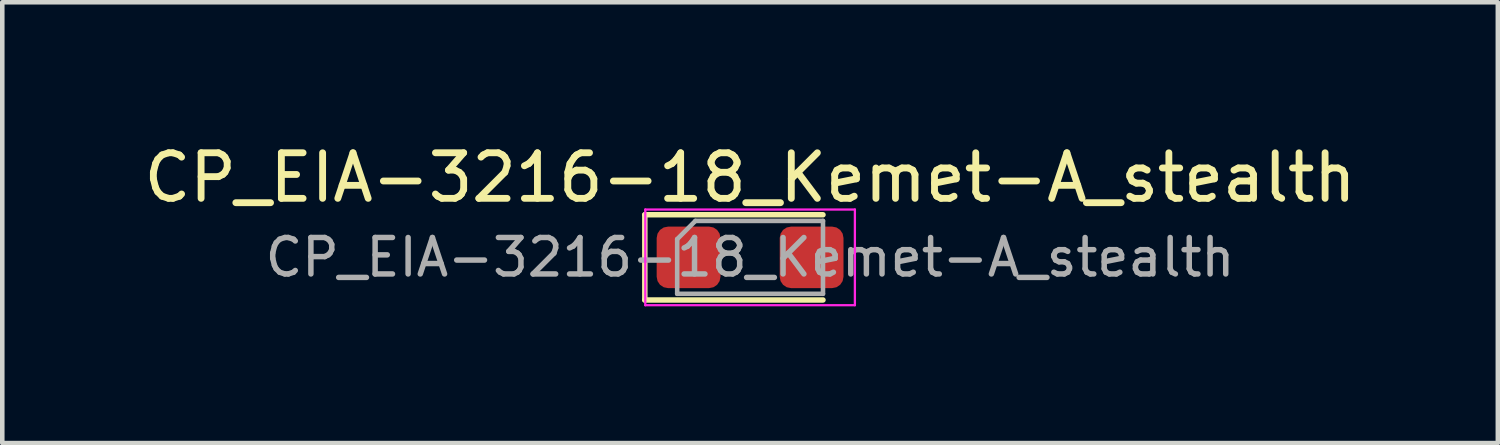
<source format=kicad_pcb>
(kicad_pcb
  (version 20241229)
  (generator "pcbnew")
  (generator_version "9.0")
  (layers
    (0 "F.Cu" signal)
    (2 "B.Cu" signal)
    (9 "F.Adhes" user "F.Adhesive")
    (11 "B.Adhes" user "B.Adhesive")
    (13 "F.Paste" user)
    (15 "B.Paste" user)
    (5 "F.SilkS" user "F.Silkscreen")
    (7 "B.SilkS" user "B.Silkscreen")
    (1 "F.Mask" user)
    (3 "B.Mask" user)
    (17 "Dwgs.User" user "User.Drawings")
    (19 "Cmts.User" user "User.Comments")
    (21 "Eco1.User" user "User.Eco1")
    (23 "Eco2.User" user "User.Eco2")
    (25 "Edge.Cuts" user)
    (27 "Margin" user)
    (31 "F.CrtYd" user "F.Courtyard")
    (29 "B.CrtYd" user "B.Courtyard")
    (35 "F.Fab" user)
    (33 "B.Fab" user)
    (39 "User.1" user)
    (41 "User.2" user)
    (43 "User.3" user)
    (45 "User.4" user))
  (footprint "CP_EIA-3216-18_Kemet-A_stealth"
    (layer "F.Cu")
    (at 13.411 2.598)
    (property "Reference" "CP_EIA-3216-18_Kemet-A_stealth" (at 0 -1.75 0) (layer "F.SilkS") (effects (font (size 1 1) (thickness 0.15))))
    (attr smd)
    (fp_line (start -2.31 -0.935) (end -2.31 0.935) (stroke (width 0.12) (type solid)) (layer "F.SilkS"))
    (fp_line (start -2.31 0.935) (end 1.6 0.935) (stroke (width 0.12) (type solid)) (layer "F.SilkS"))
    (fp_line (start 1.6 -0.935) (end -2.31 -0.935) (stroke (width 0.12) (type solid)) (layer "F.SilkS"))
    (fp_line (start -2.3 -1.05) (end 2.3 -1.05) (stroke (width 0.05) (type solid)) (layer "F.CrtYd"))
    (fp_line (start -2.3 1.05) (end -2.3 -1.05) (stroke (width 0.05) (type solid)) (layer "F.CrtYd"))
    (fp_line (start 2.3 -1.05) (end 2.3 1.05) (stroke (width 0.05) (type solid)) (layer "F.CrtYd"))
    (fp_line (start 2.3 1.05) (end -2.3 1.05) (stroke (width 0.05) (type solid)) (layer "F.CrtYd"))
    (fp_line (start -1.6 -0.4) (end -1.6 0.8) (stroke (width 0.1) (type solid)) (layer "F.Fab"))
    (fp_line (start -1.6 0.8) (end 1.6 0.8) (stroke (width 0.1) (type solid)) (layer "F.Fab"))
    (fp_line (start -1.2 -0.8) (end -1.6 -0.4) (stroke (width 0.1) (type solid)) (layer "F.Fab"))
    (fp_line (start 1.6 -0.8) (end -1.2 -0.8) (stroke (width 0.1) (type solid)) (layer "F.Fab"))
    (fp_line (start 1.6 0.8) (end 1.6 -0.8) (stroke (width 0.1) (type solid)) (layer "F.Fab"))
    (fp_text user "${REFERENCE}" (at 0 0 0) (layer "F.Fab") (effects (font (size 0.8 0.8) (thickness 0.12))))
    (pad "1" smd roundrect (at -1.35 0) (size 1.4 1.35) (layers "F.Cu" "F.Mask" "F.Paste") (roundrect_rratio 0.185))
    (pad "2" smd roundrect (at 1.35 0) (size 1.4 1.35) (layers "F.Cu" "F.Mask" "F.Paste") (roundrect_rratio 0.185)))
  (gr_rect
    (start -3 -3)
    (end 29.821 6.673)
    (stroke (width 0.1) (type default))
    (fill no)
    (layer "Edge.Cuts")))
</source>
